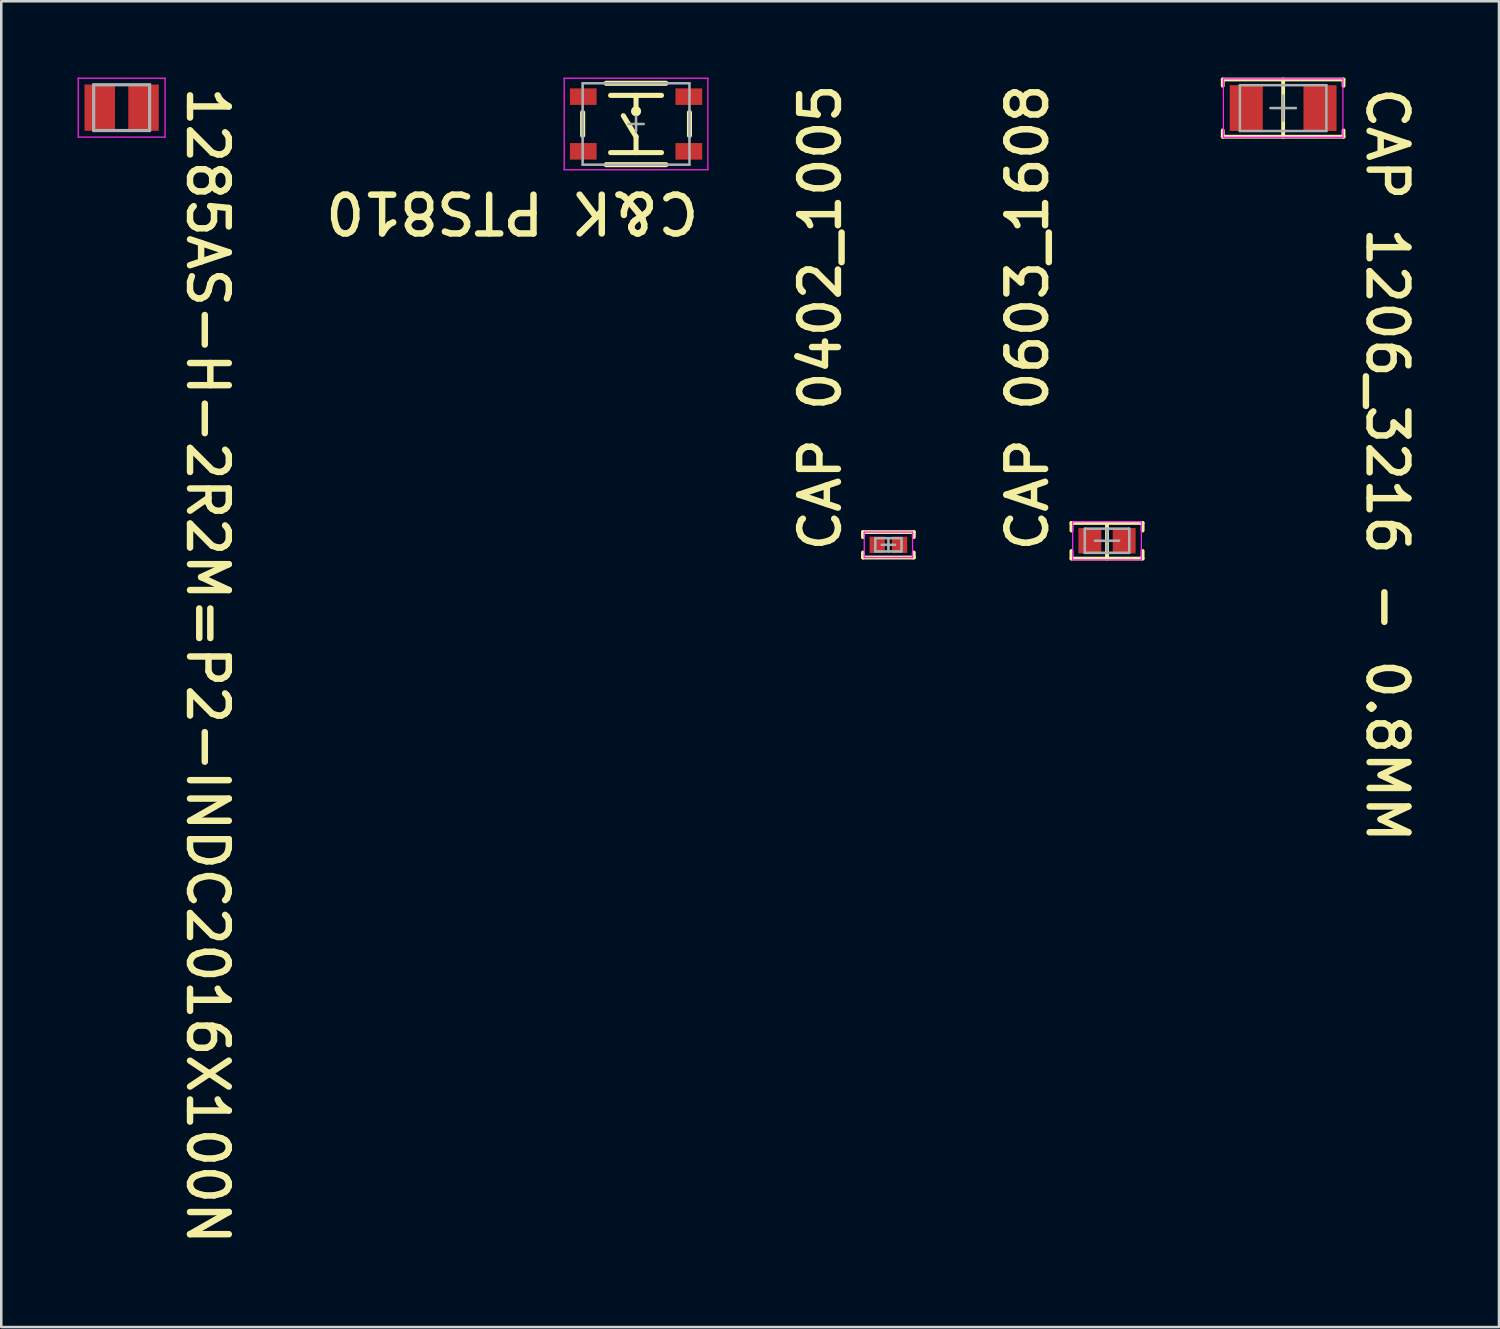
<source format=kicad_pcb>
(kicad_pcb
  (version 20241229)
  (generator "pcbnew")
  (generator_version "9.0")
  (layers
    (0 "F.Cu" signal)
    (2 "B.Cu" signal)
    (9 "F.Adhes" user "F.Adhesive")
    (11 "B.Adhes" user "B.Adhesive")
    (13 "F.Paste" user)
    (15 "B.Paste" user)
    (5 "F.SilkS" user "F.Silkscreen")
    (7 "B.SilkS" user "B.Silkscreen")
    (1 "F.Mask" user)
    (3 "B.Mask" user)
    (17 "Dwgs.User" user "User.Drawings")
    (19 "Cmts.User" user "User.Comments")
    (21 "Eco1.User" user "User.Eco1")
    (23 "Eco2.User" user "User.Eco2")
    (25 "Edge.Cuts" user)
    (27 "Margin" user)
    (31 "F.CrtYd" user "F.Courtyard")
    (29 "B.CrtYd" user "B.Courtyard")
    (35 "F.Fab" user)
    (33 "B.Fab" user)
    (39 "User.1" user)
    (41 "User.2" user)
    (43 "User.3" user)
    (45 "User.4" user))
  (footprint "C&K PTS810"
    (layer "F.Cu")
    (at 21.959 1.825)
    (property "Reference" "C&K PTS810" (at 2.593 2.579 180) (unlocked yes) (layer "F.SilkS") (effects (font (size 1.524 1.524) (thickness 0.254)) (justify left bottom)))
    (fp_line (start -2.1 -0.45) (end -2.1 0.45) (stroke (width 0.2) (type solid)) (layer "F.SilkS"))
    (fp_line (start 0 -1.125) (end 0 -0.5) (stroke (width 0.2) (type solid)) (layer "F.SilkS"))
    (fp_line (start 0 0.5) (end -0.5 -0.325) (stroke (width 0.2) (type solid)) (layer "F.SilkS"))
    (fp_line (start 0 0.5) (end 0 1.125) (stroke (width 0.2) (type solid)) (layer "F.SilkS"))
    (fp_line (start 1 -1.125) (end -1 -1.125) (stroke (width 0.2) (type solid)) (layer "F.SilkS"))
    (fp_line (start 1 1.125) (end -1 1.125) (stroke (width 0.2) (type solid)) (layer "F.SilkS"))
    (fp_line (start 1.175 -1.6) (end -1.175 -1.6) (stroke (width 0.2) (type solid)) (layer "F.SilkS"))
    (fp_line (start 1.175 1.6) (end -1.175 1.6) (stroke (width 0.2) (type solid)) (layer "F.SilkS"))
    (fp_line (start 2.1 -0.45) (end 2.1 0.45) (stroke (width 0.2) (type solid)) (layer "F.SilkS"))
    (fp_circle (center 0 -0.5) (end 0 -0.4) (stroke (width 0.2) (type solid)) (fill no) (layer "F.SilkS"))
    (fp_line (start -2.825 -1.8) (end -2.825 1.8) (stroke (width 0.05) (type solid)) (layer "F.CrtYd"))
    (fp_line (start 2.825 -1.8) (end -2.825 -1.8) (stroke (width 0.05) (type solid)) (layer "F.CrtYd"))
    (fp_line (start 2.825 -1.8) (end 2.825 1.8) (stroke (width 0.05) (type solid)) (layer "F.CrtYd"))
    (fp_line (start 2.825 1.8) (end -2.825 1.8) (stroke (width 0.05) (type solid)) (layer "F.CrtYd"))
    (fp_line (start -2.1 -1.6) (end -2.1 1.6) (stroke (width 0.1) (type solid)) (layer "F.Fab"))
    (fp_line (start 0 -0.3) (end 0 0.3) (stroke (width 0.1) (type solid)) (layer "F.Fab"))
    (fp_line (start 0.3 0) (end -0.3 0) (stroke (width 0.1) (type solid)) (layer "F.Fab"))
    (fp_line (start 2.1 -1.6) (end -2.1 -1.6) (stroke (width 0.1) (type solid)) (layer "F.Fab"))
    (fp_line (start 2.1 -1.6) (end 2.1 1.6) (stroke (width 0.1) (type solid)) (layer "F.Fab"))
    (fp_line (start 2.1 1.6) (end -2.1 1.6) (stroke (width 0.1) (type solid)) (layer "F.Fab"))
    (pad "1" smd rect (at -2.075 -1.075 90) (size 0.65 1.05) (layers "F.Cu" "F.Mask" "F.Paste"))
    (pad "2" smd rect (at 2.075 -1.075 90) (size 0.65 1.05) (layers "F.Cu" "F.Mask" "F.Paste"))
    (pad "3" smd rect (at -2.075 1.075 90) (size 0.65 1.05) (layers "F.Cu" "F.Mask" "F.Paste"))
    (pad "4" smd rect (at 2.075 1.075 90) (size 0.65 1.05) (layers "F.Cu" "F.Mask" "F.Paste")))
  (footprint "CAP 0603_1608"
    (layer "F.Cu")
    (at 40.477 18.212)
    (property "Reference" "CAP 0603_1608" (at -2.235 0.533 90) (unlocked yes) (layer "F.SilkS") (effects (font (size 1.524 1.524) (thickness 0.254)) (justify left bottom)))
    (fp_line (start -1.4 -0.7) (end -1.4 -0.4) (stroke (width 0.15) (type solid)) (layer "F.SilkS"))
    (fp_line (start -1.4 0.4) (end -1.4 0.7) (stroke (width 0.15) (type solid)) (layer "F.SilkS"))
    (fp_line (start 0 -0.7) (end 0 0.7) (stroke (width 0.15) (type solid)) (layer "F.SilkS"))
    (fp_line (start 1.4 -0.7) (end -1.4 -0.7) (stroke (width 0.15) (type solid)) (layer "F.SilkS"))
    (fp_line (start 1.4 -0.7) (end 1.4 -0.4) (stroke (width 0.15) (type solid)) (layer "F.SilkS"))
    (fp_line (start 1.4 0.4) (end 1.4 0.7) (stroke (width 0.15) (type solid)) (layer "F.SilkS"))
    (fp_line (start 1.4 0.7) (end -1.4 0.7) (stroke (width 0.15) (type solid)) (layer "F.SilkS"))
    (fp_line (start -1.35 -0.75) (end -1.35 0.75) (stroke (width 0.05) (type solid)) (layer "F.CrtYd"))
    (fp_line (start 1.35 -0.75) (end -1.35 -0.75) (stroke (width 0.05) (type solid)) (layer "F.CrtYd"))
    (fp_line (start 1.35 -0.75) (end 1.35 0.75) (stroke (width 0.05) (type solid)) (layer "F.CrtYd"))
    (fp_line (start 1.35 0.75) (end -1.35 0.75) (stroke (width 0.05) (type solid)) (layer "F.CrtYd"))
    (fp_line (start -0.875 -0.475) (end -0.875 0.475) (stroke (width 0.1) (type solid)) (layer "F.Fab"))
    (fp_line (start 0 -0.475) (end 0 0.475) (stroke (width 0.1) (type solid)) (layer "F.Fab"))
    (fp_line (start 0.475 0) (end -0.475 0) (stroke (width 0.1) (type solid)) (layer "F.Fab"))
    (fp_line (start 0.875 -0.475) (end -0.875 -0.475) (stroke (width 0.1) (type solid)) (layer "F.Fab"))
    (fp_line (start 0.875 -0.475) (end 0.875 0.475) (stroke (width 0.1) (type solid)) (layer "F.Fab"))
    (fp_line (start 0.875 0.475) (end -0.875 0.475) (stroke (width 0.1) (type solid)) (layer "F.Fab"))
    (pad "1" smd rect (at -0.675 0 90) (size 1 0.9) (layers "F.Cu" "F.Mask" "F.Paste"))
    (pad "2" smd rect (at 0.675 0 90) (size 1 0.9) (layers "F.Cu" "F.Mask" "F.Paste")))
  (footprint "CAP 1206_3216 - 0.8MM"
    (layer "F.Cu")
    (at 47.402 1.2)
    (property "Reference" "CAP 1206_3216 - 0.8MM" (at 3.2 -0.94 270) (unlocked yes) (layer "F.SilkS") (effects (font (size 1.524 1.524) (thickness 0.254)) (justify left bottom)))
    (fp_line (start -2.375 -1.125) (end 2.375 -1.125) (stroke (width 0.15) (type solid)) (layer "F.SilkS"))
    (fp_line (start -2.375 -0.875) (end -2.375 -1.125) (stroke (width 0.15) (type solid)) (layer "F.SilkS"))
    (fp_line (start -2.375 1.125) (end -2.375 0.875) (stroke (width 0.15) (type solid)) (layer "F.SilkS"))
    (fp_line (start -2.375 1.125) (end 2.375 1.125) (stroke (width 0.15) (type solid)) (layer "F.SilkS"))
    (fp_line (start 0 1.125) (end 0 -1.125) (stroke (width 0.15) (type solid)) (layer "F.SilkS"))
    (fp_line (start 2.375 -0.875) (end 2.375 -1.125) (stroke (width 0.15) (type solid)) (layer "F.SilkS"))
    (fp_line (start 2.375 1.125) (end 2.375 0.875) (stroke (width 0.15) (type solid)) (layer "F.SilkS"))
    (fp_line (start -2.35 -1.15) (end 2.35 -1.15) (stroke (width 0.05) (type solid)) (layer "F.CrtYd"))
    (fp_line (start -2.35 1.15) (end -2.35 -1.15) (stroke (width 0.05) (type solid)) (layer "F.CrtYd"))
    (fp_line (start -2.35 1.15) (end 2.35 1.15) (stroke (width 0.05) (type solid)) (layer "F.CrtYd"))
    (fp_line (start 2.35 1.15) (end 2.35 -1.15) (stroke (width 0.05) (type solid)) (layer "F.CrtYd"))
    (fp_line (start -1.7 -0.9) (end 1.7 -0.9) (stroke (width 0.1) (type solid)) (layer "F.Fab"))
    (fp_line (start -1.7 0.9) (end -1.7 -0.9) (stroke (width 0.1) (type solid)) (layer "F.Fab"))
    (fp_line (start -1.7 0.9) (end 1.7 0.9) (stroke (width 0.1) (type solid)) (layer "F.Fab"))
    (fp_line (start -0.5 0) (end 0.5 0) (stroke (width 0.1) (type solid)) (layer "F.Fab"))
    (fp_line (start 0 0.5) (end 0 -0.5) (stroke (width 0.1) (type solid)) (layer "F.Fab"))
    (fp_line (start 1.7 0.9) (end 1.7 -0.9) (stroke (width 0.1) (type solid)) (layer "F.Fab"))
    (pad "1" smd rect (at -1.45 0 90) (size 1.8 1.3) (layers "F.Cu" "F.Mask" "F.Paste"))
    (pad "2" smd rect (at 1.45 0 90) (size 1.8 1.3) (layers "F.Cu" "F.Mask" "F.Paste")))
  (footprint "CAP 0402_1005"
    (layer "F.Cu")
    (at 31.881 18.372)
    (property "Reference" "CAP 0402_1005" (at -1.786 0.373 90) (unlocked yes) (layer "F.SilkS") (effects (font (size 1.524 1.524) (thickness 0.254)) (justify left bottom)))
    (fp_line (start -1 -0.5) (end -1 -0.3) (stroke (width 0.15) (type solid)) (layer "F.SilkS"))
    (fp_line (start -1 0.3) (end -1 0.5) (stroke (width 0.15) (type solid)) (layer "F.SilkS"))
    (fp_line (start 1 -0.5) (end -1 -0.5) (stroke (width 0.15) (type solid)) (layer "F.SilkS"))
    (fp_line (start 1 -0.5) (end 1 -0.3) (stroke (width 0.15) (type solid)) (layer "F.SilkS"))
    (fp_line (start 1 0.3) (end 1 0.5) (stroke (width 0.15) (type solid)) (layer "F.SilkS"))
    (fp_line (start 1 0.5) (end -1 0.5) (stroke (width 0.15) (type solid)) (layer "F.SilkS"))
    (fp_line (start -0.95 -0.5) (end -0.95 0.5) (stroke (width 0.05) (type solid)) (layer "F.CrtYd"))
    (fp_line (start 0.95 -0.5) (end -0.95 -0.5) (stroke (width 0.05) (type solid)) (layer "F.CrtYd"))
    (fp_line (start 0.95 -0.5) (end 0.95 0.5) (stroke (width 0.05) (type solid)) (layer "F.CrtYd"))
    (fp_line (start 0.95 0.5) (end -0.95 0.5) (stroke (width 0.05) (type solid)) (layer "F.CrtYd"))
    (fp_line (start -0.515 -0.26) (end -0.515 0.26) (stroke (width 0.1) (type solid)) (layer "F.Fab"))
    (fp_line (start 0 -0.26) (end 0 0.26) (stroke (width 0.1) (type solid)) (layer "F.Fab"))
    (fp_line (start 0.26 0) (end -0.26 0) (stroke (width 0.1) (type solid)) (layer "F.Fab"))
    (fp_line (start 0.515 -0.26) (end -0.515 -0.26) (stroke (width 0.1) (type solid)) (layer "F.Fab"))
    (fp_line (start 0.515 -0.26) (end 0.515 0.26) (stroke (width 0.1) (type solid)) (layer "F.Fab"))
    (fp_line (start 0.515 0.26) (end -0.515 0.26) (stroke (width 0.1) (type solid)) (layer "F.Fab"))
    (pad "1" smd rect (at -0.44 0 90) (size 0.64 0.6) (layers "F.Cu" "F.Mask" "F.Paste"))
    (pad "2" smd rect (at 0.44 0 90) (size 0.64 0.6) (layers "F.Cu" "F.Mask" "F.Paste")))
  (footprint "1285AS-H-2R2M=P2-INDC2016X100N"
    (layer "F.Cu")
    (at 1.733 1.183)
    (property "Reference" "1285AS-H-2R2M=P2-INDC2016X100N" (at 2.489 -0.94 270) (unlocked yes) (layer "F.SilkS") (effects (font (size 1.524 1.524) (thickness 0.254)) (justify left bottom)))
    (fp_line (start -1.708 -1.158) (end 1.708 -1.158) (stroke (width 0.05) (type solid)) (layer "F.CrtYd"))
    (fp_line (start -1.708 1.158) (end -1.708 -1.158) (stroke (width 0.05) (type solid)) (layer "F.CrtYd"))
    (fp_line (start -1.708 1.158) (end 1.708 1.158) (stroke (width 0.05) (type solid)) (layer "F.CrtYd"))
    (fp_line (start 1.708 1.158) (end 1.708 -1.158) (stroke (width 0.05) (type solid)) (layer "F.CrtYd"))
    (fp_line (start -1.1 -0.9) (end 1.1 -0.9) (stroke (width 0.127) (type solid)) (layer "F.Fab"))
    (fp_line (start -1.1 0.9) (end -1.1 -0.9) (stroke (width 0.127) (type solid)) (layer "F.Fab"))
    (fp_line (start -1.1 0.9) (end 1.1 0.9) (stroke (width 0.127) (type solid)) (layer "F.Fab"))
    (fp_line (start 1.1 0.9) (end 1.1 -0.9) (stroke (width 0.127) (type solid)) (layer "F.Fab"))
    (pad "1" smd rect (at -0.86 0) (size 1.2 1.82) (layers "F.Cu" "F.Mask" "F.Paste"))
    (pad "2" smd rect (at 0.86 0) (size 1.2 1.82) (layers "F.Cu" "F.Mask" "F.Paste")))
  (gr_rect
    (start -3 -3)
    (end 55.889 49.13)
    (stroke (width 0.1) (type default))
    (fill no)
    (layer "Edge.Cuts")))
</source>
